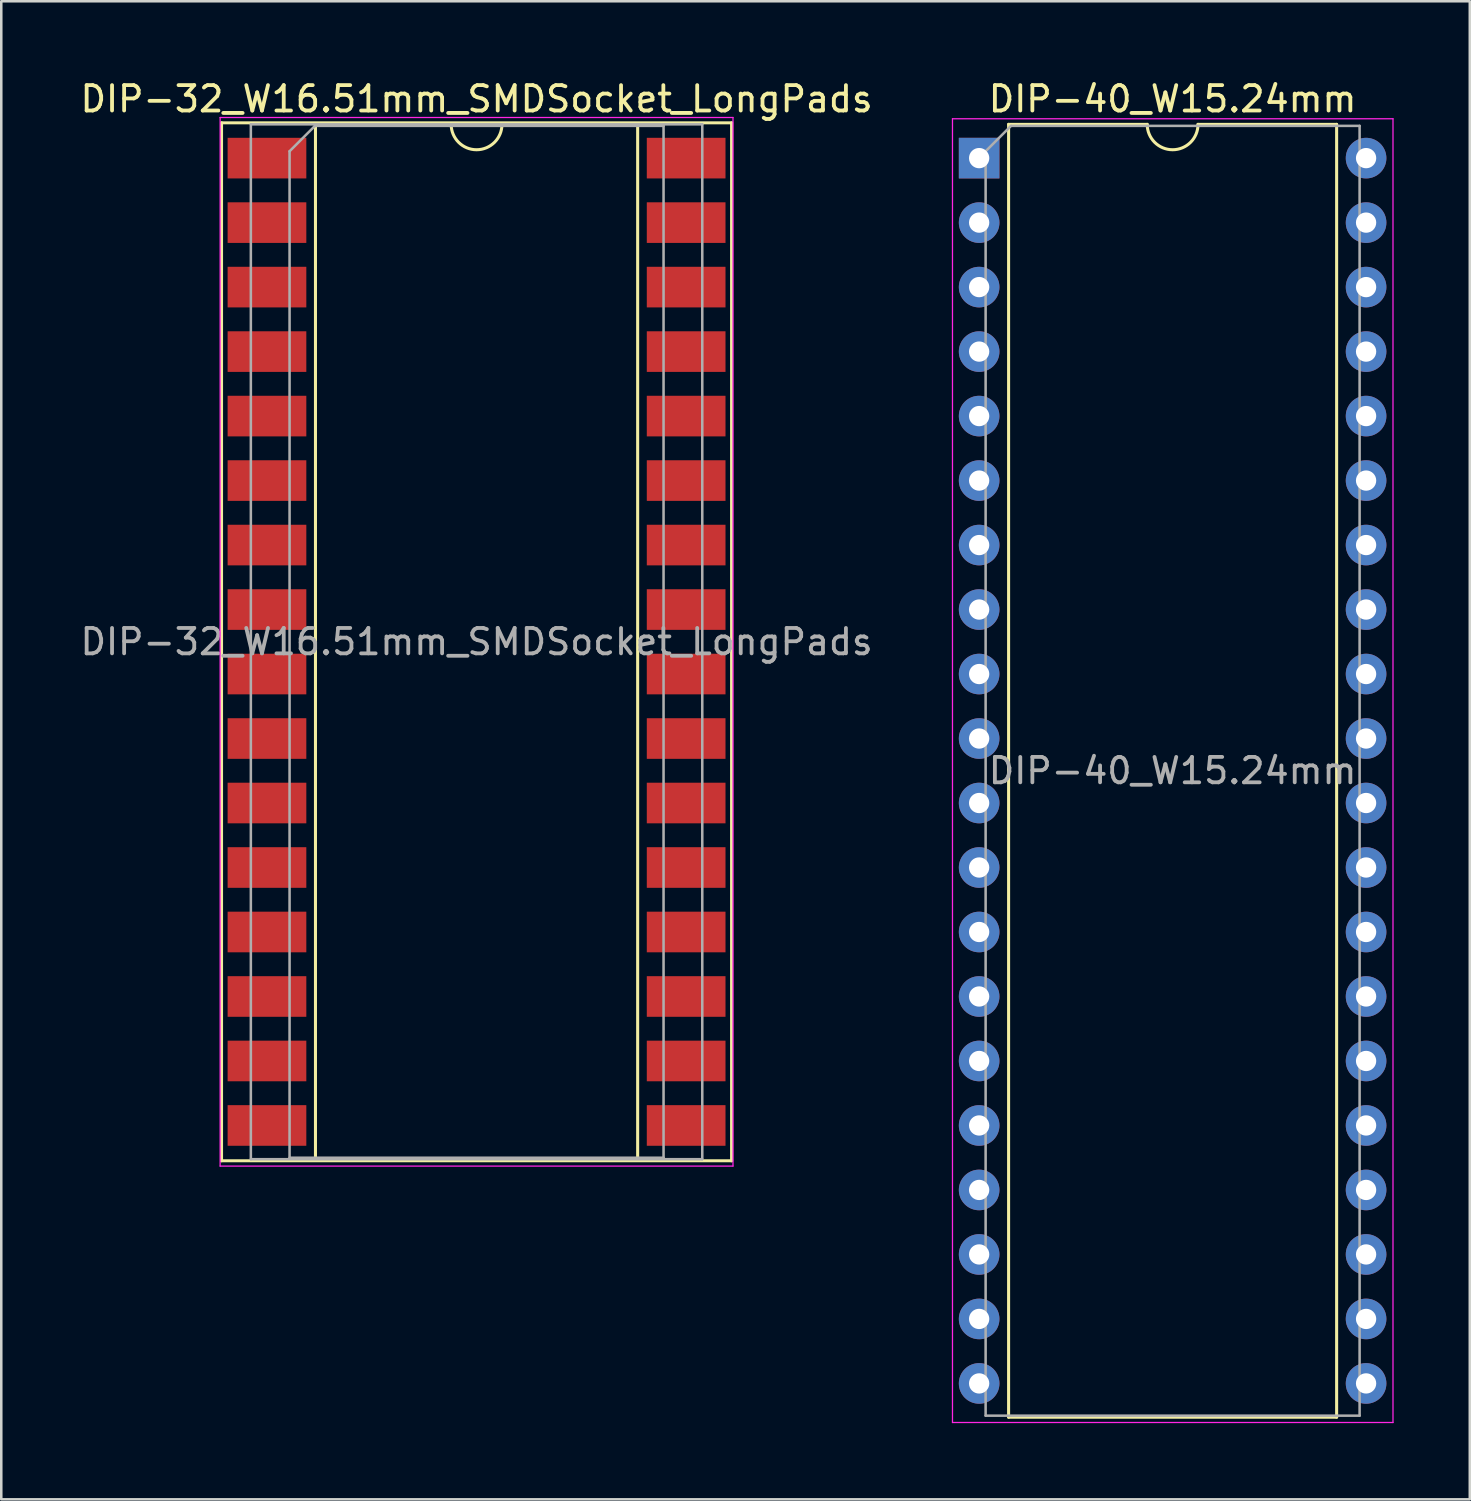
<source format=kicad_pcb>
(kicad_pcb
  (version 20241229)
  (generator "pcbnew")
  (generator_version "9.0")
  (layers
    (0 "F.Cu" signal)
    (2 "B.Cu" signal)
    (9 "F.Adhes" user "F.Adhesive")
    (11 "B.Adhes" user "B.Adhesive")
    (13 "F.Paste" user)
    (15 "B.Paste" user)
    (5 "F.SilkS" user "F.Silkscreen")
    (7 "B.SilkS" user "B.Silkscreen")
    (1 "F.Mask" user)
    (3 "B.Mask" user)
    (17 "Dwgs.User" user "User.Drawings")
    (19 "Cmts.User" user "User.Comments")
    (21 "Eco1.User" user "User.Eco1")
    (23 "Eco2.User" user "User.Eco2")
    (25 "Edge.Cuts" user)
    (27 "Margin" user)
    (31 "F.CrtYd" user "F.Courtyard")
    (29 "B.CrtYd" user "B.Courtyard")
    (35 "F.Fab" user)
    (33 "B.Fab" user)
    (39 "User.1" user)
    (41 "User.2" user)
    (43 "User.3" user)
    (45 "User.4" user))
  (footprint "DIP-40_W15.24mm"
    (layer "F.Cu")
    (at 35.515 3.178)
    (property "Reference" "DIP-40_W15.24mm" (at 7.62 -2.33 0) (layer "F.SilkS") (effects (font (size 1 1) (thickness 0.15))))
    (attr through_hole)
    (fp_line (start 1.16 -1.33) (end 1.16 49.59) (stroke (width 0.12) (type solid)) (layer "F.SilkS"))
    (fp_line (start 1.16 49.59) (end 14.08 49.59) (stroke (width 0.12) (type solid)) (layer "F.SilkS"))
    (fp_line (start 6.62 -1.33) (end 1.16 -1.33) (stroke (width 0.12) (type solid)) (layer "F.SilkS"))
    (fp_line (start 14.08 -1.33) (end 8.62 -1.33) (stroke (width 0.12) (type solid)) (layer "F.SilkS"))
    (fp_line (start 14.08 49.59) (end 14.08 -1.33) (stroke (width 0.12) (type solid)) (layer "F.SilkS"))
    (fp_arc (start 8.62 -1.33) (mid 7.62 -0.33) (end 6.62 -1.33) (stroke (width 0.12) (type solid)) (layer "F.SilkS"))
    (fp_line (start -1.05 -1.55) (end -1.05 49.8) (stroke (width 0.05) (type solid)) (layer "F.CrtYd"))
    (fp_line (start -1.05 49.8) (end 16.3 49.8) (stroke (width 0.05) (type solid)) (layer "F.CrtYd"))
    (fp_line (start 16.3 -1.55) (end -1.05 -1.55) (stroke (width 0.05) (type solid)) (layer "F.CrtYd"))
    (fp_line (start 16.3 49.8) (end 16.3 -1.55) (stroke (width 0.05) (type solid)) (layer "F.CrtYd"))
    (fp_line (start 0.255 -0.27) (end 1.255 -1.27) (stroke (width 0.1) (type solid)) (layer "F.Fab"))
    (fp_line (start 0.255 49.53) (end 0.255 -0.27) (stroke (width 0.1) (type solid)) (layer "F.Fab"))
    (fp_line (start 1.255 -1.27) (end 14.985 -1.27) (stroke (width 0.1) (type solid)) (layer "F.Fab"))
    (fp_line (start 14.985 -1.27) (end 14.985 49.53) (stroke (width 0.1) (type solid)) (layer "F.Fab"))
    (fp_line (start 14.985 49.53) (end 0.255 49.53) (stroke (width 0.1) (type solid)) (layer "F.Fab"))
    (fp_text user "${REFERENCE}" (at 7.62 24.13 0) (layer "F.Fab") (effects (font (size 1 1) (thickness 0.15))))
    (pad "1" thru_hole rect (at 0 0) (size 1.6 1.6) (drill 0.8) (layers "*.Cu" "*.Mask"))
    (pad "2" thru_hole oval (at 0 2.54) (size 1.6 1.6) (drill 0.8) (layers "*.Cu" "*.Mask"))
    (pad "3" thru_hole oval (at 0 5.08) (size 1.6 1.6) (drill 0.8) (layers "*.Cu" "*.Mask"))
    (pad "4" thru_hole oval (at 0 7.62) (size 1.6 1.6) (drill 0.8) (layers "*.Cu" "*.Mask"))
    (pad "5" thru_hole oval (at 0 10.16) (size 1.6 1.6) (drill 0.8) (layers "*.Cu" "*.Mask"))
    (pad "6" thru_hole oval (at 0 12.7) (size 1.6 1.6) (drill 0.8) (layers "*.Cu" "*.Mask"))
    (pad "7" thru_hole oval (at 0 15.24) (size 1.6 1.6) (drill 0.8) (layers "*.Cu" "*.Mask"))
    (pad "8" thru_hole oval (at 0 17.78) (size 1.6 1.6) (drill 0.8) (layers "*.Cu" "*.Mask"))
    (pad "9" thru_hole oval (at 0 20.32) (size 1.6 1.6) (drill 0.8) (layers "*.Cu" "*.Mask"))
    (pad "10" thru_hole oval (at 0 22.86) (size 1.6 1.6) (drill 0.8) (layers "*.Cu" "*.Mask"))
    (pad "11" thru_hole oval (at 0 25.4) (size 1.6 1.6) (drill 0.8) (layers "*.Cu" "*.Mask"))
    (pad "12" thru_hole oval (at 0 27.94) (size 1.6 1.6) (drill 0.8) (layers "*.Cu" "*.Mask"))
    (pad "13" thru_hole oval (at 0 30.48) (size 1.6 1.6) (drill 0.8) (layers "*.Cu" "*.Mask"))
    (pad "14" thru_hole oval (at 0 33.02) (size 1.6 1.6) (drill 0.8) (layers "*.Cu" "*.Mask"))
    (pad "15" thru_hole oval (at 0 35.56) (size 1.6 1.6) (drill 0.8) (layers "*.Cu" "*.Mask"))
    (pad "16" thru_hole oval (at 0 38.1) (size 1.6 1.6) (drill 0.8) (layers "*.Cu" "*.Mask"))
    (pad "17" thru_hole oval (at 0 40.64) (size 1.6 1.6) (drill 0.8) (layers "*.Cu" "*.Mask"))
    (pad "18" thru_hole oval (at 0 43.18) (size 1.6 1.6) (drill 0.8) (layers "*.Cu" "*.Mask"))
    (pad "19" thru_hole oval (at 0 45.72) (size 1.6 1.6) (drill 0.8) (layers "*.Cu" "*.Mask"))
    (pad "20" thru_hole oval (at 0 48.26) (size 1.6 1.6) (drill 0.8) (layers "*.Cu" "*.Mask"))
    (pad "21" thru_hole oval (at 15.24 48.26) (size 1.6 1.6) (drill 0.8) (layers "*.Cu" "*.Mask"))
    (pad "22" thru_hole oval (at 15.24 45.72) (size 1.6 1.6) (drill 0.8) (layers "*.Cu" "*.Mask"))
    (pad "23" thru_hole oval (at 15.24 43.18) (size 1.6 1.6) (drill 0.8) (layers "*.Cu" "*.Mask"))
    (pad "24" thru_hole oval (at 15.24 40.64) (size 1.6 1.6) (drill 0.8) (layers "*.Cu" "*.Mask"))
    (pad "25" thru_hole oval (at 15.24 38.1) (size 1.6 1.6) (drill 0.8) (layers "*.Cu" "*.Mask"))
    (pad "26" thru_hole oval (at 15.24 35.56) (size 1.6 1.6) (drill 0.8) (layers "*.Cu" "*.Mask"))
    (pad "27" thru_hole oval (at 15.24 33.02) (size 1.6 1.6) (drill 0.8) (layers "*.Cu" "*.Mask"))
    (pad "28" thru_hole oval (at 15.24 30.48) (size 1.6 1.6) (drill 0.8) (layers "*.Cu" "*.Mask"))
    (pad "29" thru_hole oval (at 15.24 27.94) (size 1.6 1.6) (drill 0.8) (layers "*.Cu" "*.Mask"))
    (pad "30" thru_hole oval (at 15.24 25.4) (size 1.6 1.6) (drill 0.8) (layers "*.Cu" "*.Mask"))
    (pad "31" thru_hole oval (at 15.24 22.86) (size 1.6 1.6) (drill 0.8) (layers "*.Cu" "*.Mask"))
    (pad "32" thru_hole oval (at 15.24 20.32) (size 1.6 1.6) (drill 0.8) (layers "*.Cu" "*.Mask"))
    (pad "33" thru_hole oval (at 15.24 17.78) (size 1.6 1.6) (drill 0.8) (layers "*.Cu" "*.Mask"))
    (pad "34" thru_hole oval (at 15.24 15.24) (size 1.6 1.6) (drill 0.8) (layers "*.Cu" "*.Mask"))
    (pad "35" thru_hole oval (at 15.24 12.7) (size 1.6 1.6) (drill 0.8) (layers "*.Cu" "*.Mask"))
    (pad "36" thru_hole oval (at 15.24 10.16) (size 1.6 1.6) (drill 0.8) (layers "*.Cu" "*.Mask"))
    (pad "37" thru_hole oval (at 15.24 7.62) (size 1.6 1.6) (drill 0.8) (layers "*.Cu" "*.Mask"))
    (pad "38" thru_hole oval (at 15.24 5.08) (size 1.6 1.6) (drill 0.8) (layers "*.Cu" "*.Mask"))
    (pad "39" thru_hole oval (at 15.24 2.54) (size 1.6 1.6) (drill 0.8) (layers "*.Cu" "*.Mask"))
    (pad "40" thru_hole oval (at 15.24 0) (size 1.6 1.6) (drill 0.8) (layers "*.Cu" "*.Mask")))
  (footprint "DIP-32_W16.51mm_SMDSocket_LongPads"
    (layer "F.Cu")
    (at 15.72 22.228)
    (property "Reference" "DIP-32_W16.51mm_SMDSocket_LongPads" (at 0 -21.38 0) (layer "F.SilkS") (effects (font (size 1 1) (thickness 0.15))))
    (attr smd)
    (fp_line (start -10.045 -20.44) (end -10.045 20.44) (stroke (width 0.12) (type solid)) (layer "F.SilkS"))
    (fp_line (start -10.045 20.44) (end 10.045 20.44) (stroke (width 0.12) (type solid)) (layer "F.SilkS"))
    (fp_line (start -6.345 -20.38) (end -6.345 20.38) (stroke (width 0.12) (type solid)) (layer "F.SilkS"))
    (fp_line (start -6.345 20.38) (end 6.345 20.38) (stroke (width 0.12) (type solid)) (layer "F.SilkS"))
    (fp_line (start -1 -20.38) (end -6.345 -20.38) (stroke (width 0.12) (type solid)) (layer "F.SilkS"))
    (fp_line (start 6.345 -20.38) (end 1 -20.38) (stroke (width 0.12) (type solid)) (layer "F.SilkS"))
    (fp_line (start 6.345 20.38) (end 6.345 -20.38) (stroke (width 0.12) (type solid)) (layer "F.SilkS"))
    (fp_line (start 10.045 -20.44) (end -10.045 -20.44) (stroke (width 0.12) (type solid)) (layer "F.SilkS"))
    (fp_line (start 10.045 20.44) (end 10.045 -20.44) (stroke (width 0.12) (type solid)) (layer "F.SilkS"))
    (fp_arc (start 1 -20.38) (mid 0 -19.38) (end -1 -20.38) (stroke (width 0.12) (type solid)) (layer "F.SilkS"))
    (fp_line (start -10.1 -20.65) (end -10.1 20.65) (stroke (width 0.05) (type solid)) (layer "F.CrtYd"))
    (fp_line (start -10.1 20.65) (end 10.1 20.65) (stroke (width 0.05) (type solid)) (layer "F.CrtYd"))
    (fp_line (start 10.1 -20.65) (end -10.1 -20.65) (stroke (width 0.05) (type solid)) (layer "F.CrtYd"))
    (fp_line (start 10.1 20.65) (end 10.1 -20.65) (stroke (width 0.05) (type solid)) (layer "F.CrtYd"))
    (fp_line (start -8.89 -20.38) (end -8.89 20.38) (stroke (width 0.1) (type solid)) (layer "F.Fab"))
    (fp_line (start -8.89 20.38) (end 8.89 20.38) (stroke (width 0.1) (type solid)) (layer "F.Fab"))
    (fp_line (start -7.365 -19.32) (end -6.365 -20.32) (stroke (width 0.1) (type solid)) (layer "F.Fab"))
    (fp_line (start -7.365 20.32) (end -7.365 -19.32) (stroke (width 0.1) (type solid)) (layer "F.Fab"))
    (fp_line (start -6.365 -20.32) (end 7.365 -20.32) (stroke (width 0.1) (type solid)) (layer "F.Fab"))
    (fp_line (start 7.365 -20.32) (end 7.365 20.32) (stroke (width 0.1) (type solid)) (layer "F.Fab"))
    (fp_line (start 7.365 20.32) (end -7.365 20.32) (stroke (width 0.1) (type solid)) (layer "F.Fab"))
    (fp_line (start 8.89 -20.38) (end -8.89 -20.38) (stroke (width 0.1) (type solid)) (layer "F.Fab"))
    (fp_line (start 8.89 20.38) (end 8.89 -20.38) (stroke (width 0.1) (type solid)) (layer "F.Fab"))
    (fp_text user "${REFERENCE}" (at 0 0 0) (layer "F.Fab") (effects (font (size 1 1) (thickness 0.15))))
    (pad "1" smd rect (at -8.255 -19.05) (size 3.1 1.6) (layers "F.Cu" "F.Mask" "F.Paste"))
    (pad "2" smd rect (at -8.255 -16.51) (size 3.1 1.6) (layers "F.Cu" "F.Mask" "F.Paste"))
    (pad "3" smd rect (at -8.255 -13.97) (size 3.1 1.6) (layers "F.Cu" "F.Mask" "F.Paste"))
    (pad "4" smd rect (at -8.255 -11.43) (size 3.1 1.6) (layers "F.Cu" "F.Mask" "F.Paste"))
    (pad "5" smd rect (at -8.255 -8.89) (size 3.1 1.6) (layers "F.Cu" "F.Mask" "F.Paste"))
    (pad "6" smd rect (at -8.255 -6.35) (size 3.1 1.6) (layers "F.Cu" "F.Mask" "F.Paste"))
    (pad "7" smd rect (at -8.255 -3.81) (size 3.1 1.6) (layers "F.Cu" "F.Mask" "F.Paste"))
    (pad "8" smd rect (at -8.255 -1.27) (size 3.1 1.6) (layers "F.Cu" "F.Mask" "F.Paste"))
    (pad "9" smd rect (at -8.255 1.27) (size 3.1 1.6) (layers "F.Cu" "F.Mask" "F.Paste"))
    (pad "10" smd rect (at -8.255 3.81) (size 3.1 1.6) (layers "F.Cu" "F.Mask" "F.Paste"))
    (pad "11" smd rect (at -8.255 6.35) (size 3.1 1.6) (layers "F.Cu" "F.Mask" "F.Paste"))
    (pad "12" smd rect (at -8.255 8.89) (size 3.1 1.6) (layers "F.Cu" "F.Mask" "F.Paste"))
    (pad "13" smd rect (at -8.255 11.43) (size 3.1 1.6) (layers "F.Cu" "F.Mask" "F.Paste"))
    (pad "14" smd rect (at -8.255 13.97) (size 3.1 1.6) (layers "F.Cu" "F.Mask" "F.Paste"))
    (pad "15" smd rect (at -8.255 16.51) (size 3.1 1.6) (layers "F.Cu" "F.Mask" "F.Paste"))
    (pad "16" smd rect (at -8.255 19.05) (size 3.1 1.6) (layers "F.Cu" "F.Mask" "F.Paste"))
    (pad "17" smd rect (at 8.255 19.05) (size 3.1 1.6) (layers "F.Cu" "F.Mask" "F.Paste"))
    (pad "18" smd rect (at 8.255 16.51) (size 3.1 1.6) (layers "F.Cu" "F.Mask" "F.Paste"))
    (pad "19" smd rect (at 8.255 13.97) (size 3.1 1.6) (layers "F.Cu" "F.Mask" "F.Paste"))
    (pad "20" smd rect (at 8.255 11.43) (size 3.1 1.6) (layers "F.Cu" "F.Mask" "F.Paste"))
    (pad "21" smd rect (at 8.255 8.89) (size 3.1 1.6) (layers "F.Cu" "F.Mask" "F.Paste"))
    (pad "22" smd rect (at 8.255 6.35) (size 3.1 1.6) (layers "F.Cu" "F.Mask" "F.Paste"))
    (pad "23" smd rect (at 8.255 3.81) (size 3.1 1.6) (layers "F.Cu" "F.Mask" "F.Paste"))
    (pad "24" smd rect (at 8.255 1.27) (size 3.1 1.6) (layers "F.Cu" "F.Mask" "F.Paste"))
    (pad "25" smd rect (at 8.255 -1.27) (size 3.1 1.6) (layers "F.Cu" "F.Mask" "F.Paste"))
    (pad "26" smd rect (at 8.255 -3.81) (size 3.1 1.6) (layers "F.Cu" "F.Mask" "F.Paste"))
    (pad "27" smd rect (at 8.255 -6.35) (size 3.1 1.6) (layers "F.Cu" "F.Mask" "F.Paste"))
    (pad "28" smd rect (at 8.255 -8.89) (size 3.1 1.6) (layers "F.Cu" "F.Mask" "F.Paste"))
    (pad "29" smd rect (at 8.255 -11.43) (size 3.1 1.6) (layers "F.Cu" "F.Mask" "F.Paste"))
    (pad "30" smd rect (at 8.255 -13.97) (size 3.1 1.6) (layers "F.Cu" "F.Mask" "F.Paste"))
    (pad "31" smd rect (at 8.255 -16.51) (size 3.1 1.6) (layers "F.Cu" "F.Mask" "F.Paste"))
    (pad "32" smd rect (at 8.255 -19.05) (size 3.1 1.6) (layers "F.Cu" "F.Mask" "F.Paste")))
  (gr_rect
    (start -3 -3)
    (end 54.84 56.003)
    (stroke (width 0.1) (type default))
    (fill no)
    (layer "Edge.Cuts")))
</source>
